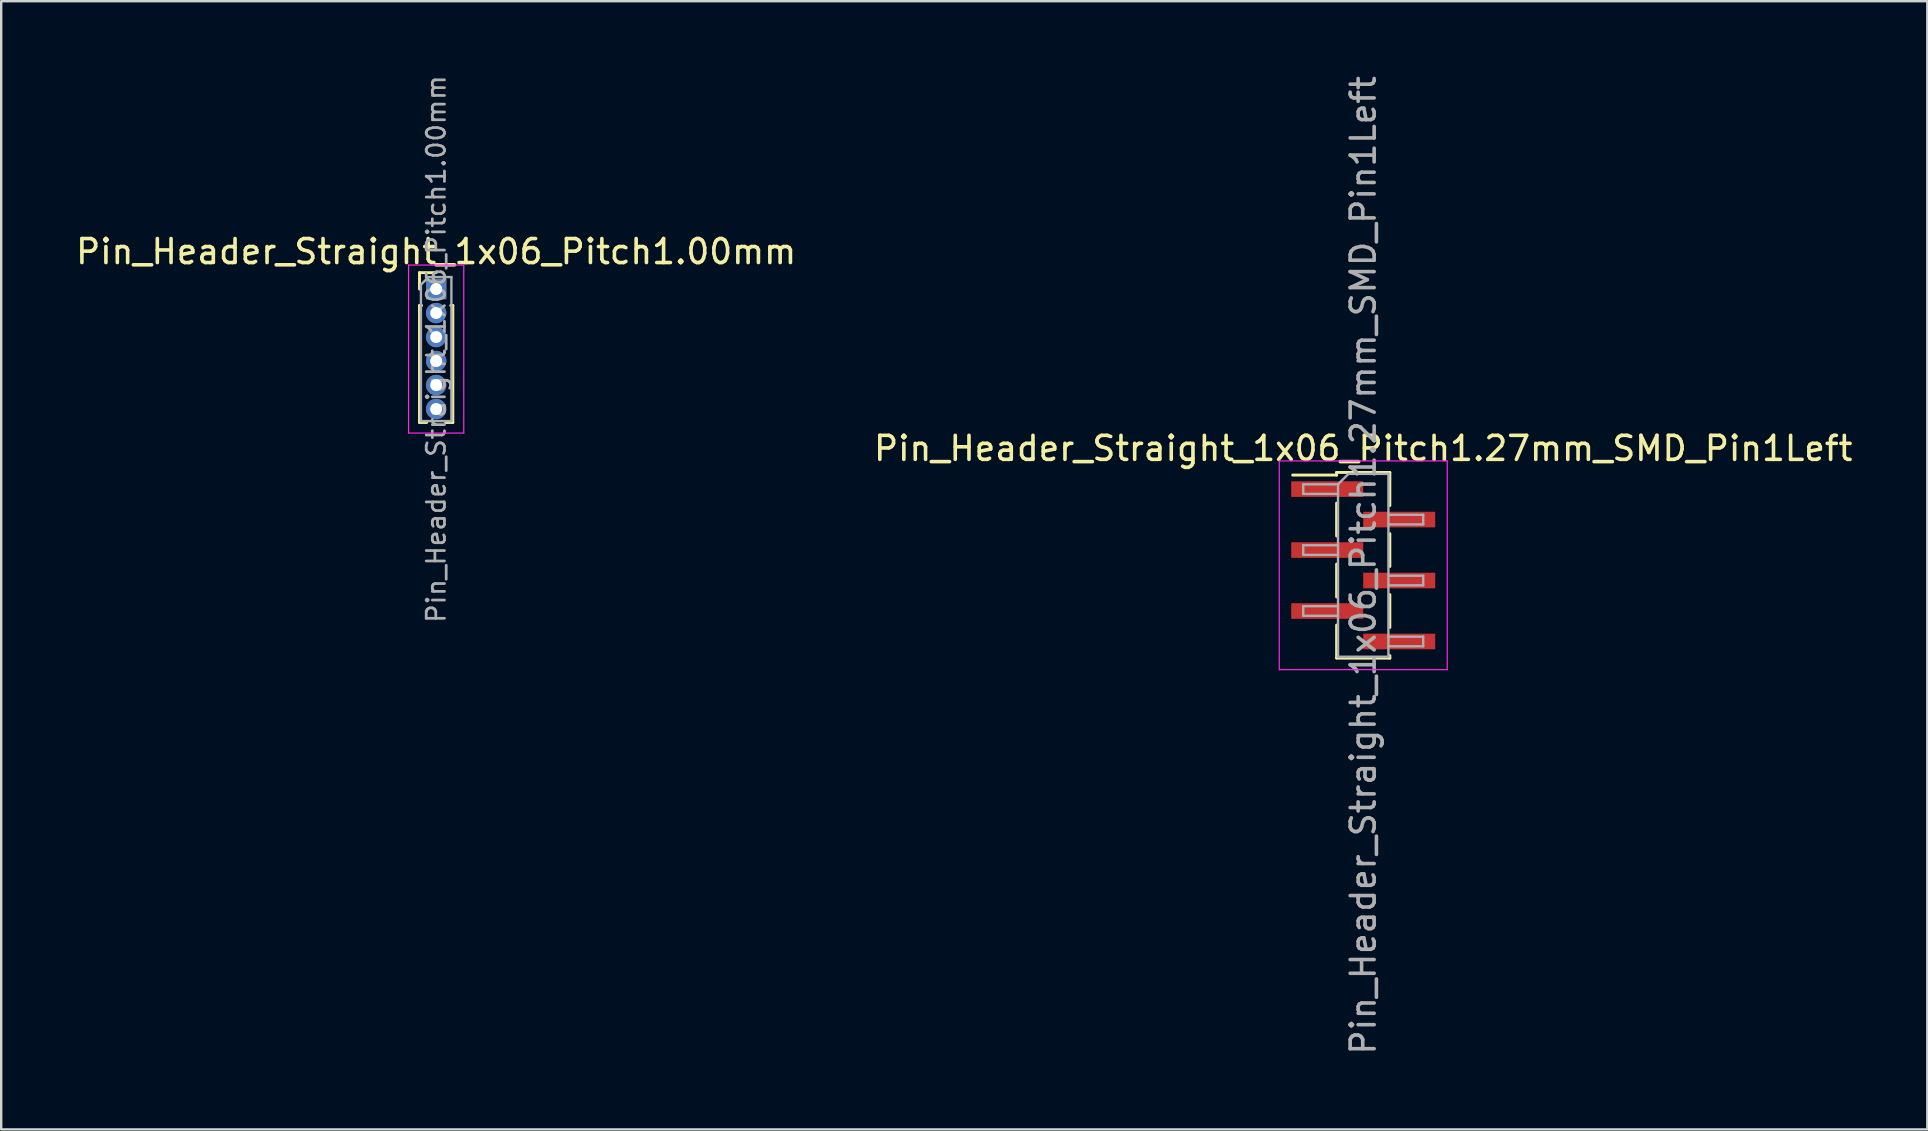
<source format=kicad_pcb>
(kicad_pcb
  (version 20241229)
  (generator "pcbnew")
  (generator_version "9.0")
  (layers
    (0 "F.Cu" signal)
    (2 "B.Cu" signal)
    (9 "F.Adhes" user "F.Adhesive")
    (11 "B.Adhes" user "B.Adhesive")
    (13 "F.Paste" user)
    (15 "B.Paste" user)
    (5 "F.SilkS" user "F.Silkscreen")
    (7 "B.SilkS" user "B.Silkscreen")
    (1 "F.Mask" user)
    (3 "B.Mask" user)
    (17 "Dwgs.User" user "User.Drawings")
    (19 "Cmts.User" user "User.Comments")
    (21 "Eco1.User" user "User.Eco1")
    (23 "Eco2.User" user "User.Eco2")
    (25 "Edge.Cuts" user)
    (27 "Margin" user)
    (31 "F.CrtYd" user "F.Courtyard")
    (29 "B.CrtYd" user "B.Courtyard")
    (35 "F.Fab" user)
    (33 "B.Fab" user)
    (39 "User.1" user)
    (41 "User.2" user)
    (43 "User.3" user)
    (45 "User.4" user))
  (footprint "Pin_Header_Straight_1x06_Pitch1.27mm_SMD_Pin1Left"
    (layer "F.Cu")
    (at 53.756 20.506)
    (property "Reference" "Pin_Header_Straight_1x06_Pitch1.27mm_SMD_Pin1Left" (at 0 -4.87 0) (layer "F.SilkS") (effects (font (size 1 1) (thickness 0.15))))
    (attr smd)
    (fp_line (start -1.11 -3.87) (end -1.11 -3.76) (stroke (width 0.12) (type solid)) (layer "F.SilkS"))
    (fp_line (start -1.11 -3.87) (end 1.11 -3.87) (stroke (width 0.12) (type solid)) (layer "F.SilkS"))
    (fp_line (start -1.11 -3.76) (end -2.94 -3.76) (stroke (width 0.12) (type solid)) (layer "F.SilkS"))
    (fp_line (start -1.11 -2.59) (end -1.11 -1.22) (stroke (width 0.12) (type solid)) (layer "F.SilkS"))
    (fp_line (start -1.11 -0.05) (end -1.11 1.32) (stroke (width 0.12) (type solid)) (layer "F.SilkS"))
    (fp_line (start -1.11 2.49) (end -1.11 3.86) (stroke (width 0.12) (type solid)) (layer "F.SilkS"))
    (fp_line (start -1.11 3.87) (end 1.11 3.87) (stroke (width 0.12) (type solid)) (layer "F.SilkS"))
    (fp_line (start 1.11 -3.86) (end 1.11 -2.49) (stroke (width 0.12) (type solid)) (layer "F.SilkS"))
    (fp_line (start 1.11 -1.32) (end 1.11 0.05) (stroke (width 0.12) (type solid)) (layer "F.SilkS"))
    (fp_line (start 1.11 1.22) (end 1.11 2.59) (stroke (width 0.12) (type solid)) (layer "F.SilkS"))
    (fp_line (start 1.11 3.76) (end 1.11 3.87) (stroke (width 0.12) (type solid)) (layer "F.SilkS"))
    (fp_line (start -3.5 -4.35) (end -3.5 4.35) (stroke (width 0.05) (type solid)) (layer "F.CrtYd"))
    (fp_line (start -3.5 4.35) (end 3.5 4.35) (stroke (width 0.05) (type solid)) (layer "F.CrtYd"))
    (fp_line (start 3.5 -4.35) (end -3.5 -4.35) (stroke (width 0.05) (type solid)) (layer "F.CrtYd"))
    (fp_line (start 3.5 4.35) (end 3.5 -4.35) (stroke (width 0.05) (type solid)) (layer "F.CrtYd"))
    (fp_line (start -2.5 -3.375) (end -2.5 -2.975) (stroke (width 0.1) (type solid)) (layer "F.Fab"))
    (fp_line (start -2.5 -2.975) (end -1.05 -2.975) (stroke (width 0.1) (type solid)) (layer "F.Fab"))
    (fp_line (start -2.5 -0.835) (end -2.5 -0.435) (stroke (width 0.1) (type solid)) (layer "F.Fab"))
    (fp_line (start -2.5 -0.435) (end -1.05 -0.435) (stroke (width 0.1) (type solid)) (layer "F.Fab"))
    (fp_line (start -2.5 1.705) (end -2.5 2.105) (stroke (width 0.1) (type solid)) (layer "F.Fab"))
    (fp_line (start -2.5 2.105) (end -1.05 2.105) (stroke (width 0.1) (type solid)) (layer "F.Fab"))
    (fp_line (start -1.05 -3.375) (end -2.5 -3.375) (stroke (width 0.1) (type solid)) (layer "F.Fab"))
    (fp_line (start -1.05 -3.375) (end -0.615 -3.81) (stroke (width 0.1) (type solid)) (layer "F.Fab"))
    (fp_line (start -1.05 -0.835) (end -2.5 -0.835) (stroke (width 0.1) (type solid)) (layer "F.Fab"))
    (fp_line (start -1.05 1.705) (end -2.5 1.705) (stroke (width 0.1) (type solid)) (layer "F.Fab"))
    (fp_line (start -1.05 3.81) (end -1.05 -3.375) (stroke (width 0.1) (type solid)) (layer "F.Fab"))
    (fp_line (start -0.615 -3.81) (end 1.05 -3.81) (stroke (width 0.1) (type solid)) (layer "F.Fab"))
    (fp_line (start 1.05 -3.81) (end 1.05 3.81) (stroke (width 0.1) (type solid)) (layer "F.Fab"))
    (fp_line (start 1.05 -2.105) (end 2.5 -2.105) (stroke (width 0.1) (type solid)) (layer "F.Fab"))
    (fp_line (start 1.05 0.435) (end 2.5 0.435) (stroke (width 0.1) (type solid)) (layer "F.Fab"))
    (fp_line (start 1.05 2.975) (end 2.5 2.975) (stroke (width 0.1) (type solid)) (layer "F.Fab"))
    (fp_line (start 1.05 3.81) (end -1.05 3.81) (stroke (width 0.1) (type solid)) (layer "F.Fab"))
    (fp_line (start 2.5 -2.105) (end 2.5 -1.705) (stroke (width 0.1) (type solid)) (layer "F.Fab"))
    (fp_line (start 2.5 -1.705) (end 1.05 -1.705) (stroke (width 0.1) (type solid)) (layer "F.Fab"))
    (fp_line (start 2.5 0.435) (end 2.5 0.835) (stroke (width 0.1) (type solid)) (layer "F.Fab"))
    (fp_line (start 2.5 0.835) (end 1.05 0.835) (stroke (width 0.1) (type solid)) (layer "F.Fab"))
    (fp_line (start 2.5 2.975) (end 2.5 3.375) (stroke (width 0.1) (type solid)) (layer "F.Fab"))
    (fp_line (start 2.5 3.375) (end 1.05 3.375) (stroke (width 0.1) (type solid)) (layer "F.Fab"))
    (fp_text user "${REFERENCE}" (at 0 0 90) (layer "F.Fab") (effects (font (size 1 1) (thickness 0.15))))
    (pad "1" smd rect (at -1.5 -3.175) (size 3 0.65) (layers "F.Cu" "F.Mask" "F.Paste"))
    (pad "2" smd rect (at 1.5 -1.905) (size 3 0.65) (layers "F.Cu" "F.Mask" "F.Paste"))
    (pad "3" smd rect (at -1.5 -0.635) (size 3 0.65) (layers "F.Cu" "F.Mask" "F.Paste"))
    (pad "4" smd rect (at 1.5 0.635) (size 3 0.65) (layers "F.Cu" "F.Mask" "F.Paste"))
    (pad "5" smd rect (at -1.5 1.905) (size 3 0.65) (layers "F.Cu" "F.Mask" "F.Paste"))
    (pad "6" smd rect (at 1.5 3.175) (size 3 0.65) (layers "F.Cu" "F.Mask" "F.Paste")))
  (footprint "Pin_Header_Straight_1x06_Pitch1.00mm"
    (layer "F.Cu")
    (at 15.125 8.995)
    (property "Reference" "Pin_Header_Straight_1x06_Pitch1.00mm" (at 0 -1.56 0) (layer "F.SilkS") (effects (font (size 1 1) (thickness 0.15))))
    (attr through_hole)
    (fp_line (start -0.695 -0.685) (end 0 -0.685) (stroke (width 0.12) (type solid)) (layer "F.SilkS"))
    (fp_line (start -0.695 0) (end -0.695 -0.685) (stroke (width 0.12) (type solid)) (layer "F.SilkS"))
    (fp_line (start -0.695 0.685) (end -0.695 5.56) (stroke (width 0.12) (type solid)) (layer "F.SilkS"))
    (fp_line (start -0.695 0.685) (end -0.608 0.685) (stroke (width 0.12) (type solid)) (layer "F.SilkS"))
    (fp_line (start -0.695 5.56) (end -0.394 5.56) (stroke (width 0.12) (type solid)) (layer "F.SilkS"))
    (fp_line (start 0.394 5.56) (end 0.695 5.56) (stroke (width 0.12) (type solid)) (layer "F.SilkS"))
    (fp_line (start 0.608 0.685) (end 0.695 0.685) (stroke (width 0.12) (type solid)) (layer "F.SilkS"))
    (fp_line (start 0.695 0.685) (end 0.695 5.56) (stroke (width 0.12) (type solid)) (layer "F.SilkS"))
    (fp_line (start -1.15 -1) (end -1.15 6) (stroke (width 0.05) (type solid)) (layer "F.CrtYd"))
    (fp_line (start -1.15 6) (end 1.15 6) (stroke (width 0.05) (type solid)) (layer "F.CrtYd"))
    (fp_line (start 1.15 -1) (end -1.15 -1) (stroke (width 0.05) (type solid)) (layer "F.CrtYd"))
    (fp_line (start 1.15 6) (end 1.15 -1) (stroke (width 0.05) (type solid)) (layer "F.CrtYd"))
    (fp_line (start -0.635 -0.182) (end -0.318 -0.5) (stroke (width 0.1) (type solid)) (layer "F.Fab"))
    (fp_line (start -0.635 5.5) (end -0.635 -0.182) (stroke (width 0.1) (type solid)) (layer "F.Fab"))
    (fp_line (start -0.318 -0.5) (end 0.635 -0.5) (stroke (width 0.1) (type solid)) (layer "F.Fab"))
    (fp_line (start 0.635 -0.5) (end 0.635 5.5) (stroke (width 0.1) (type solid)) (layer "F.Fab"))
    (fp_line (start 0.635 5.5) (end -0.635 5.5) (stroke (width 0.1) (type solid)) (layer "F.Fab"))
    (fp_text user "${REFERENCE}" (at 0 2.5 90) (layer "F.Fab") (effects (font (size 0.76 0.76) (thickness 0.114))))
    (pad "1" thru_hole rect (at 0 0) (size 0.85 0.85) (drill 0.5) (layers "*.Cu" "*.Mask"))
    (pad "2" thru_hole oval (at 0 1) (size 0.85 0.85) (drill 0.5) (layers "*.Cu" "*.Mask"))
    (pad "3" thru_hole oval (at 0 2) (size 0.85 0.85) (drill 0.5) (layers "*.Cu" "*.Mask"))
    (pad "4" thru_hole oval (at 0 3) (size 0.85 0.85) (drill 0.5) (layers "*.Cu" "*.Mask"))
    (pad "5" thru_hole oval (at 0 4) (size 0.85 0.85) (drill 0.5) (layers "*.Cu" "*.Mask"))
    (pad "6" thru_hole oval (at 0 5) (size 0.85 0.85) (drill 0.5) (layers "*.Cu" "*.Mask")))
  (gr_rect
    (start -3 -3)
    (end 77.262 44.012)
    (stroke (width 0.1) (type default))
    (fill no)
    (layer "Edge.Cuts")))
</source>
